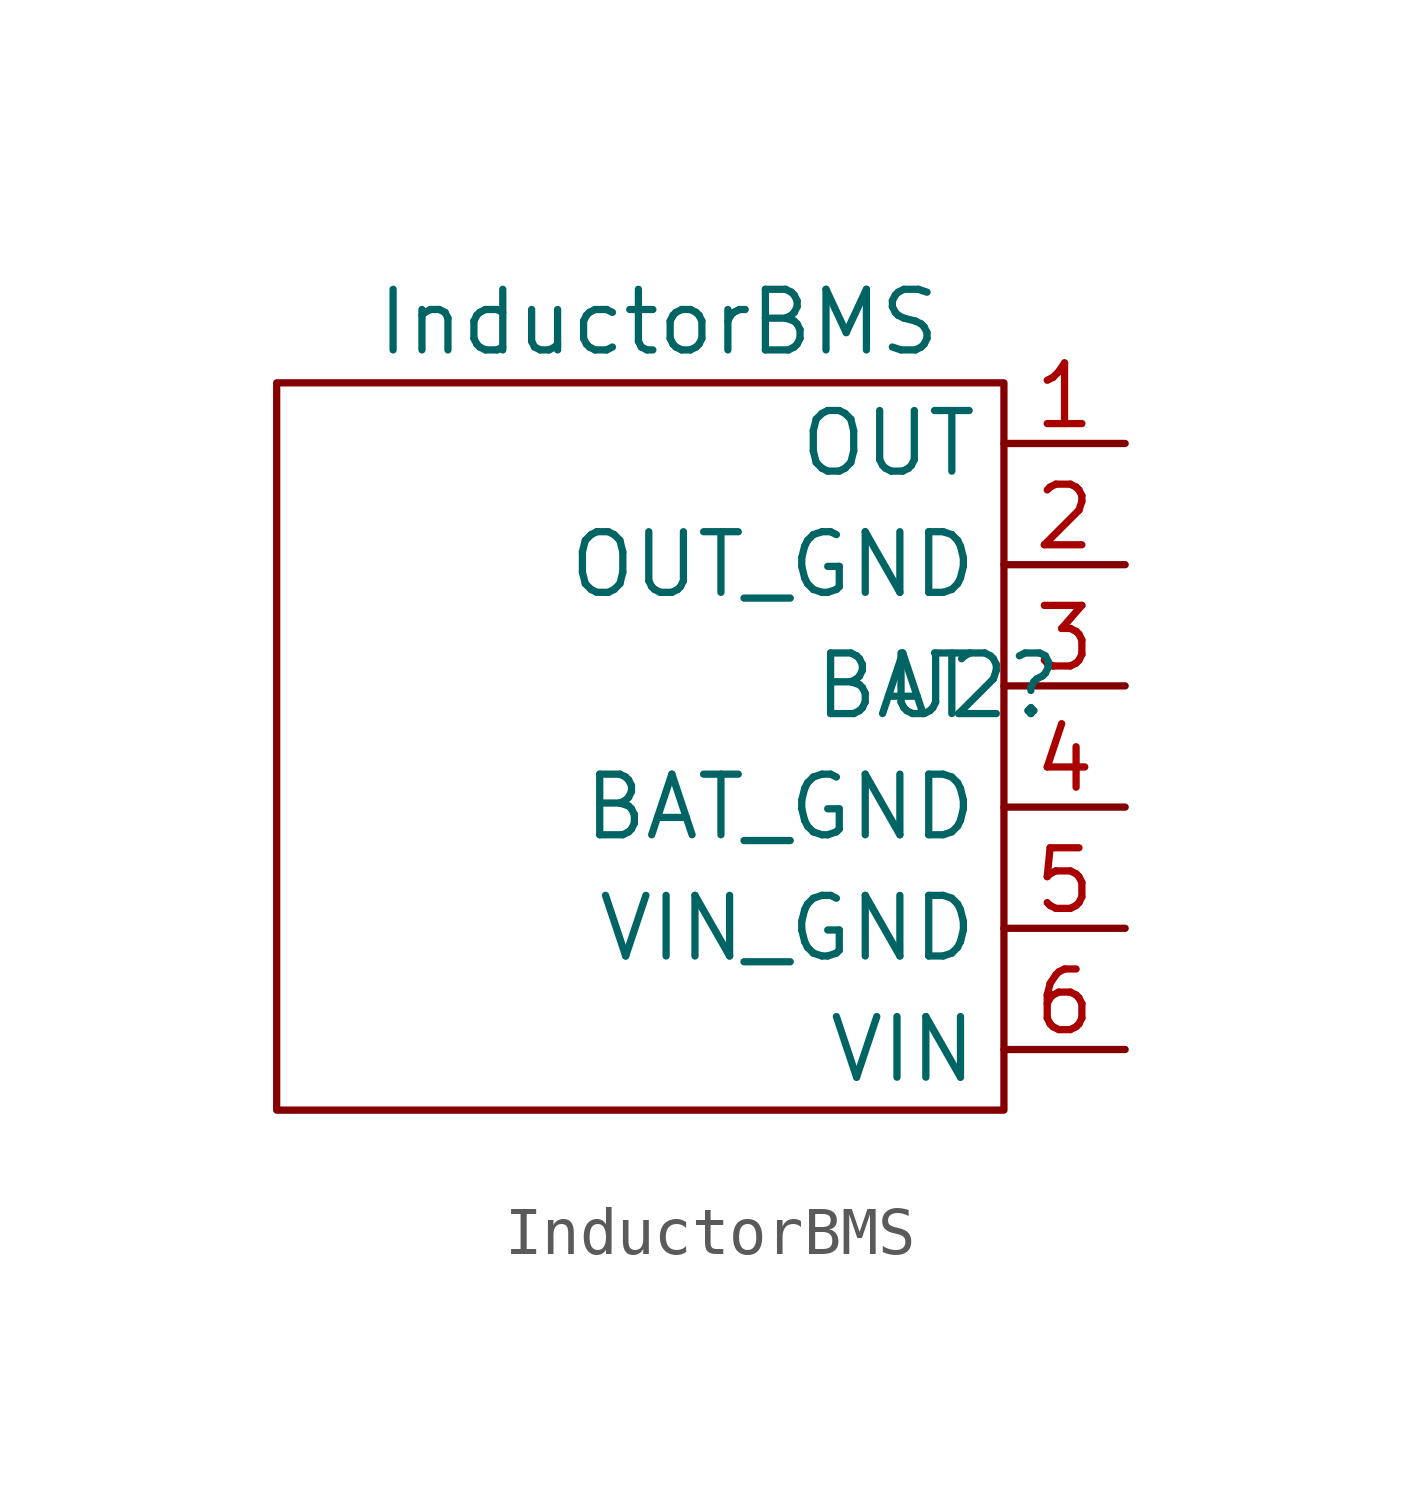
<source format=kicad_sym>
(kicad_symbol_lib
  (version 20211014)
  (generator kicad_symbol_editor)
  (symbol "InductorBMS"
    (property "Reference" "U2"
      (at 8.89 1.27 0)
      (effects (font (size 1.27 1.27)) (justify right)))
    (property "Value" "InductorBMS"
      (at 6.35 8.89 0)
      (effects (font (size 1.27 1.27)) (justify right)))
    (symbol "InductorBMS_0_1"
      (rectangle (start -7.62 7.62) (end 7.62 -7.62) (stroke (width 0) (type default) (color 0 0 0 0)) (fill (type none))))
    (symbol "InductorBMS_1_1"
      (pin output line (at 10.16 6.35 180) (length 2.54) (name "OUT" (effects (font (size 1.27 1.27)))) (number "1" (effects (font (size 1.27 1.27)))))
      (pin output line (at 10.16 3.81 180) (length 2.54) (name "OUT_GND" (effects (font (size 1.27 1.27)))) (number "2" (effects (font (size 1.27 1.27)))))
      (pin bidirectional line (at 10.16 1.27 180) (length 2.54) (name "BAT" (effects (font (size 1.27 1.27)))) (number "3" (effects (font (size 1.27 1.27)))))
      (pin bidirectional line (at 10.16 -1.27 180) (length 2.54) (name "BAT_GND" (effects (font (size 1.27 1.27)))) (number "4" (effects (font (size 1.27 1.27)))))
      (pin input line (at 10.16 -3.81 180) (length 2.54) (name "VIN_GND" (effects (font (size 1.27 1.27)))) (number "5" (effects (font (size 1.27 1.27)))))
      (pin input line (at 10.16 -6.35 180) (length 2.54) (name "VIN" (effects (font (size 1.27 1.27)))) (number "6" (effects (font (size 1.27 1.27))))))))
</source>
